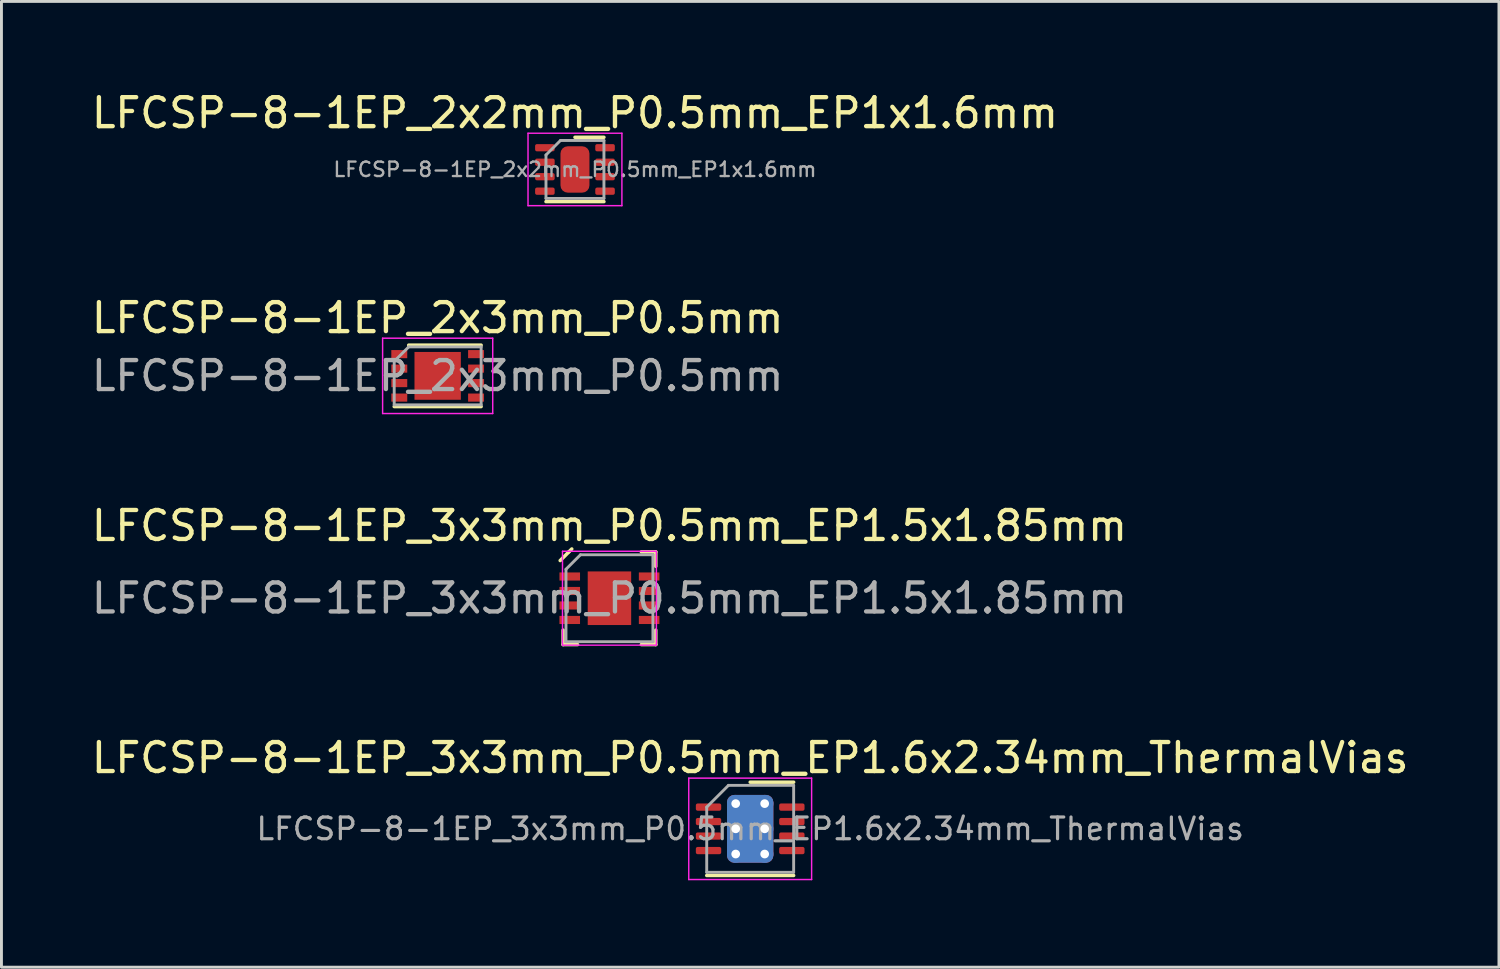
<source format=kicad_pcb>
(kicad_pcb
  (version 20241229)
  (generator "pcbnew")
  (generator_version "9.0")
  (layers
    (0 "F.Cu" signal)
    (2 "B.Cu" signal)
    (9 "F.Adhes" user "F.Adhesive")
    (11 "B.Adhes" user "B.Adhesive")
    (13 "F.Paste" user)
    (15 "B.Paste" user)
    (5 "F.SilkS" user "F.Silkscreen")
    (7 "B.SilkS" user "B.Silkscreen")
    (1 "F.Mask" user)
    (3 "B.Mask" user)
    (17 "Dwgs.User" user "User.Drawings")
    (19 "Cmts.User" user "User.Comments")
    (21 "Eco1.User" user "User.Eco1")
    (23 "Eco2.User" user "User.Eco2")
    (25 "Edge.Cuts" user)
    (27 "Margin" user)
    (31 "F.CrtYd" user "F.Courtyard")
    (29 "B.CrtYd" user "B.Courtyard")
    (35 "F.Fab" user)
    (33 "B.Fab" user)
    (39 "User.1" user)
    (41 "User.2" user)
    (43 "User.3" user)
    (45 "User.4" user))
  (footprint "LFCSP-8-1EP_2x3mm_P0.5mm"
    (layer "F.Cu")
    (at 12.054 9.921)
    (property "Reference" "LFCSP-8-1EP_2x3mm_P0.5mm" (at 0 -2 0) (layer "F.SilkS") (effects (font (size 1 1) (thickness 0.15))))
    (attr smd)
    (fp_line (start -1 -1.06) (end 1.5 -1.06) (stroke (width 0.12) (type solid)) (layer "F.SilkS"))
    (fp_line (start 1.5 1.06) (end -1.5 1.06) (stroke (width 0.12) (type solid)) (layer "F.SilkS"))
    (fp_line (start -1.9 -1.3) (end 1.9 -1.3) (stroke (width 0.05) (type solid)) (layer "F.CrtYd"))
    (fp_line (start -1.9 1.3) (end -1.9 -1.3) (stroke (width 0.05) (type solid)) (layer "F.CrtYd"))
    (fp_line (start 1.9 -1.3) (end 1.9 1.3) (stroke (width 0.05) (type solid)) (layer "F.CrtYd"))
    (fp_line (start 1.9 1.3) (end -1.9 1.3) (stroke (width 0.05) (type solid)) (layer "F.CrtYd"))
    (fp_line (start -1.5 -0.5) (end -1.5 1) (stroke (width 0.1) (type solid)) (layer "F.Fab"))
    (fp_line (start -1 -1) (end -1.5 -0.5) (stroke (width 0.1) (type solid)) (layer "F.Fab"))
    (fp_line (start -1 -1) (end 1.5 -1) (stroke (width 0.1) (type solid)) (layer "F.Fab"))
    (fp_line (start 1.5 1) (end -1.5 1) (stroke (width 0.1) (type solid)) (layer "F.Fab"))
    (fp_line (start 1.5 1) (end 1.5 -1) (stroke (width 0.1) (type solid)) (layer "F.Fab"))
    (fp_text user "${REFERENCE}" (at 0 0 180) (layer "F.Fab") (effects (font (size 1 1) (thickness 0.15))))
    (pad "1" smd rect (at -1.325 -0.75) (size 0.55 0.28) (layers "F.Cu" "F.Mask" "F.Paste"))
    (pad "2" smd rect (at -1.325 -0.25) (size 0.55 0.28) (layers "F.Cu" "F.Mask" "F.Paste"))
    (pad "3" smd rect (at -1.325 0.25) (size 0.55 0.28) (layers "F.Cu" "F.Mask" "F.Paste"))
    (pad "4" smd rect (at -1.325 0.75) (size 0.55 0.28) (layers "F.Cu" "F.Mask" "F.Paste"))
    (pad "5" smd rect (at 1.325 0.75) (size 0.55 0.28) (layers "F.Cu" "F.Mask" "F.Paste"))
    (pad "6" smd rect (at 1.325 0.25) (size 0.55 0.28) (layers "F.Cu" "F.Mask" "F.Paste"))
    (pad "7" smd rect (at 1.325 -0.25) (size 0.55 0.28) (layers "F.Cu" "F.Mask" "F.Paste"))
    (pad "8" smd rect (at 1.325 -0.75) (size 0.55 0.28) (layers "F.Cu" "F.Mask" "F.Paste"))
    (pad "9" smd rect (at 0 0) (size 1.6 1.65) (layers "F.Cu" "F.Mask" "F.Paste")))
  (footprint "LFCSP-8-1EP_3x3mm_P0.5mm_EP1.5x1.85mm"
    (layer "F.Cu")
    (at 17.982 17.595)
    (property "Reference" "LFCSP-8-1EP_3x3mm_P0.5mm_EP1.5x1.85mm" (at 0 -2.5 0) (layer "F.SilkS") (effects (font (size 1 1) (thickness 0.15))))
    (attr smd)
    (fp_line (start -1.7 -1.3) (end -1.4 -1.6) (stroke (width 0.12) (type solid)) (layer "F.SilkS"))
    (fp_line (start -1.6 1.6) (end -1.6 1.1) (stroke (width 0.12) (type solid)) (layer "F.SilkS"))
    (fp_line (start -1.6 1.6) (end -1.1 1.6) (stroke (width 0.12) (type solid)) (layer "F.SilkS"))
    (fp_line (start -1.4 -1.6) (end -1.3 -1.7) (stroke (width 0.12) (type solid)) (layer "F.SilkS"))
    (fp_line (start 1.1 -1.6) (end 1.6 -1.6) (stroke (width 0.12) (type solid)) (layer "F.SilkS"))
    (fp_line (start 1.6 -1.6) (end 1.6 -1.1) (stroke (width 0.12) (type solid)) (layer "F.SilkS"))
    (fp_line (start 1.6 1.6) (end 1.1 1.6) (stroke (width 0.12) (type solid)) (layer "F.SilkS"))
    (fp_line (start 1.6 1.6) (end 1.6 1.1) (stroke (width 0.12) (type solid)) (layer "F.SilkS"))
    (fp_line (start -1.62 -1.62) (end 1.62 -1.62) (stroke (width 0.05) (type solid)) (layer "F.CrtYd"))
    (fp_line (start -1.62 1.62) (end -1.62 -1.62) (stroke (width 0.05) (type solid)) (layer "F.CrtYd"))
    (fp_line (start 1.62 -1.62) (end 1.62 1.62) (stroke (width 0.05) (type solid)) (layer "F.CrtYd"))
    (fp_line (start 1.62 1.62) (end -1.62 1.62) (stroke (width 0.05) (type solid)) (layer "F.CrtYd"))
    (fp_line (start -1.5 -1) (end -1.5 1.5) (stroke (width 0.1) (type solid)) (layer "F.Fab"))
    (fp_line (start -1 -1.5) (end -1.5 -1) (stroke (width 0.1) (type solid)) (layer "F.Fab"))
    (fp_line (start -1 -1.5) (end 1.5 -1.5) (stroke (width 0.1) (type solid)) (layer "F.Fab"))
    (fp_line (start 1.5 1.5) (end -1.5 1.5) (stroke (width 0.1) (type solid)) (layer "F.Fab"))
    (fp_line (start 1.5 1.5) (end 1.5 -1.5) (stroke (width 0.1) (type solid)) (layer "F.Fab"))
    (fp_text user "${REFERENCE}" (at 0 0 180) (layer "F.Fab") (effects (font (size 1 1) (thickness 0.15))))
    (pad "" smd rect (at 0 0) (size 1.2 1.55) (layers "F.Paste"))
    (pad "1" smd rect (at -1.37 -0.75) (size 0.71 0.28) (layers "F.Cu" "F.Mask" "F.Paste"))
    (pad "2" smd rect (at -1.37 -0.25) (size 0.71 0.28) (layers "F.Cu" "F.Mask" "F.Paste"))
    (pad "3" smd rect (at -1.37 0.25) (size 0.71 0.28) (layers "F.Cu" "F.Mask" "F.Paste"))
    (pad "4" smd rect (at -1.37 0.75) (size 0.71 0.28) (layers "F.Cu" "F.Mask" "F.Paste"))
    (pad "5" smd rect (at 1.37 0.75) (size 0.71 0.28) (layers "F.Cu" "F.Mask" "F.Paste"))
    (pad "6" smd rect (at 1.37 0.25) (size 0.71 0.28) (layers "F.Cu" "F.Mask" "F.Paste"))
    (pad "7" smd rect (at 1.37 -0.25) (size 0.71 0.28) (layers "F.Cu" "F.Mask" "F.Paste"))
    (pad "8" smd rect (at 1.37 -0.75) (size 0.71 0.28) (layers "F.Cu" "F.Mask" "F.Paste"))
    (pad "9" smd rect (at 0 0) (size 1.5 1.85) (layers "F.Cu" "F.Mask")))
  (footprint "LFCSP-8-1EP_3x3mm_P0.5mm_EP1.6x2.34mm_ThermalVias"
    (layer "F.Cu")
    (at 22.839 25.553)
    (property "Reference" "LFCSP-8-1EP_3x3mm_P0.5mm_EP1.6x2.34mm_ThermalVias" (at 0 -2.45 0) (layer "F.SilkS") (effects (font (size 1 1) (thickness 0.15))))
    (attr smd)
    (fp_line (start -1.5 1.61) (end 1.5 1.61) (stroke (width 0.12) (type solid)) (layer "F.SilkS"))
    (fp_line (start 0 -1.61) (end 1.5 -1.61) (stroke (width 0.12) (type solid)) (layer "F.SilkS"))
    (fp_line (start -2.12 -1.75) (end -2.12 1.75) (stroke (width 0.05) (type solid)) (layer "F.CrtYd"))
    (fp_line (start -2.12 1.75) (end 2.12 1.75) (stroke (width 0.05) (type solid)) (layer "F.CrtYd"))
    (fp_line (start 2.12 -1.75) (end -2.12 -1.75) (stroke (width 0.05) (type solid)) (layer "F.CrtYd"))
    (fp_line (start 2.12 1.75) (end 2.12 -1.75) (stroke (width 0.05) (type solid)) (layer "F.CrtYd"))
    (fp_line (start -1.5 -0.75) (end -0.75 -1.5) (stroke (width 0.1) (type solid)) (layer "F.Fab"))
    (fp_line (start -1.5 1.5) (end -1.5 -0.75) (stroke (width 0.1) (type solid)) (layer "F.Fab"))
    (fp_line (start -0.75 -1.5) (end 1.5 -1.5) (stroke (width 0.1) (type solid)) (layer "F.Fab"))
    (fp_line (start 1.5 -1.5) (end 1.5 1.5) (stroke (width 0.1) (type solid)) (layer "F.Fab"))
    (fp_line (start 1.5 1.5) (end -1.5 1.5) (stroke (width 0.1) (type solid)) (layer "F.Fab"))
    (fp_text user "${REFERENCE}" (at 0 0 0) (layer "F.Fab") (effects (font (size 0.75 0.75) (thickness 0.11))))
    (pad "" smd roundrect (at -0.4 -0.585) (size 0.69 1.01) (layers "F.Paste") (roundrect_rratio 0.25))
    (pad "" smd roundrect (at -0.4 0.585) (size 0.69 1.01) (layers "F.Paste") (roundrect_rratio 0.25))
    (pad "" smd roundrect (at 0.4 -0.585) (size 0.69 1.01) (layers "F.Paste") (roundrect_rratio 0.25))
    (pad "" smd roundrect (at 0.4 0.585) (size 0.69 1.01) (layers "F.Paste") (roundrect_rratio 0.25))
    (pad "1" smd roundrect (at -1.438 -0.75) (size 0.875 0.25) (layers "F.Cu" "F.Mask" "F.Paste") (roundrect_rratio 0.25))
    (pad "2" smd roundrect (at -1.438 -0.25) (size 0.875 0.25) (layers "F.Cu" "F.Mask" "F.Paste") (roundrect_rratio 0.25))
    (pad "3" smd roundrect (at -1.438 0.25) (size 0.875 0.25) (layers "F.Cu" "F.Mask" "F.Paste") (roundrect_rratio 0.25))
    (pad "4" smd roundrect (at -1.438 0.75) (size 0.875 0.25) (layers "F.Cu" "F.Mask" "F.Paste") (roundrect_rratio 0.25))
    (pad "5" smd roundrect (at 1.438 0.75) (size 0.875 0.25) (layers "F.Cu" "F.Mask" "F.Paste") (roundrect_rratio 0.25))
    (pad "6" smd roundrect (at 1.438 0.25) (size 0.875 0.25) (layers "F.Cu" "F.Mask" "F.Paste") (roundrect_rratio 0.25))
    (pad "7" smd roundrect (at 1.438 -0.25) (size 0.875 0.25) (layers "F.Cu" "F.Mask" "F.Paste") (roundrect_rratio 0.25))
    (pad "8" smd roundrect (at 1.438 -0.75) (size 0.875 0.25) (layers "F.Cu" "F.Mask" "F.Paste") (roundrect_rratio 0.25))
    (pad "9" thru_hole circle (at -0.5 -0.87) (size 0.6 0.6) (drill 0.3) (layers "*.Cu"))
    (pad "9" thru_hole circle (at -0.5 0) (size 0.6 0.6) (drill 0.3) (layers "*.Cu"))
    (pad "9" thru_hole circle (at -0.5 0.87) (size 0.6 0.6) (drill 0.3) (layers "*.Cu"))
    (pad "9" smd roundrect (at 0 0) (size 1.6 2.34) (layers "F.Cu" "F.Mask") (roundrect_rratio 0.156))
    (pad "9" smd roundrect (at 0 0) (size 1.6 2.34) (layers "B.Cu") (roundrect_rratio 0.156))
    (pad "9" thru_hole circle (at 0.5 -0.87) (size 0.6 0.6) (drill 0.3) (layers "*.Cu"))
    (pad "9" thru_hole circle (at 0.5 0) (size 0.6 0.6) (drill 0.3) (layers "*.Cu"))
    (pad "9" thru_hole circle (at 0.5 0.87) (size 0.6 0.6) (drill 0.3) (layers "*.Cu")))
  (footprint "LFCSP-8-1EP_2x2mm_P0.5mm_EP1x1.6mm"
    (layer "F.Cu")
    (at 16.792 2.798)
    (property "Reference" "LFCSP-8-1EP_2x2mm_P0.5mm_EP1x1.6mm" (at 0 -1.95 0) (layer "F.SilkS") (effects (font (size 1 1) (thickness 0.15))))
    (attr smd)
    (fp_line (start -1 1.11) (end 1 1.11) (stroke (width 0.12) (type solid)) (layer "F.SilkS"))
    (fp_line (start 0 -1.11) (end 1 -1.11) (stroke (width 0.12) (type solid)) (layer "F.SilkS"))
    (fp_line (start -1.62 -1.25) (end -1.62 1.25) (stroke (width 0.05) (type solid)) (layer "F.CrtYd"))
    (fp_line (start -1.62 1.25) (end 1.62 1.25) (stroke (width 0.05) (type solid)) (layer "F.CrtYd"))
    (fp_line (start 1.62 -1.25) (end -1.62 -1.25) (stroke (width 0.05) (type solid)) (layer "F.CrtYd"))
    (fp_line (start 1.62 1.25) (end 1.62 -1.25) (stroke (width 0.05) (type solid)) (layer "F.CrtYd"))
    (fp_line (start -1 -0.5) (end -0.5 -1) (stroke (width 0.1) (type solid)) (layer "F.Fab"))
    (fp_line (start -1 1) (end -1 -0.5) (stroke (width 0.1) (type solid)) (layer "F.Fab"))
    (fp_line (start -0.5 -1) (end 1 -1) (stroke (width 0.1) (type solid)) (layer "F.Fab"))
    (fp_line (start 1 -1) (end 1 1) (stroke (width 0.1) (type solid)) (layer "F.Fab"))
    (fp_line (start 1 1) (end -1 1) (stroke (width 0.1) (type solid)) (layer "F.Fab"))
    (fp_text user "${REFERENCE}" (at 0 0 0) (layer "F.Fab") (effects (font (size 0.5 0.5) (thickness 0.08))))
    (pad "" smd roundrect (at -0.25 -0.4) (size 0.4 0.64) (layers "F.Paste") (roundrect_rratio 0.25))
    (pad "" smd roundrect (at -0.25 0.4) (size 0.4 0.64) (layers "F.Paste") (roundrect_rratio 0.25))
    (pad "" smd roundrect (at 0.25 -0.4) (size 0.4 0.64) (layers "F.Paste") (roundrect_rratio 0.25))
    (pad "" smd roundrect (at 0.25 0.4) (size 0.4 0.64) (layers "F.Paste") (roundrect_rratio 0.25))
    (pad "1" smd roundrect (at -1.038 -0.75) (size 0.675 0.25) (layers "F.Cu" "F.Mask" "F.Paste") (roundrect_rratio 0.25))
    (pad "2" smd roundrect (at -1.038 -0.25) (size 0.675 0.25) (layers "F.Cu" "F.Mask" "F.Paste") (roundrect_rratio 0.25))
    (pad "3" smd roundrect (at -1.038 0.25) (size 0.675 0.25) (layers "F.Cu" "F.Mask" "F.Paste") (roundrect_rratio 0.25))
    (pad "4" smd roundrect (at -1.038 0.75) (size 0.675 0.25) (layers "F.Cu" "F.Mask" "F.Paste") (roundrect_rratio 0.25))
    (pad "5" smd roundrect (at 1.038 0.75) (size 0.675 0.25) (layers "F.Cu" "F.Mask" "F.Paste") (roundrect_rratio 0.25))
    (pad "6" smd roundrect (at 1.038 0.25) (size 0.675 0.25) (layers "F.Cu" "F.Mask" "F.Paste") (roundrect_rratio 0.25))
    (pad "7" smd roundrect (at 1.038 -0.25) (size 0.675 0.25) (layers "F.Cu" "F.Mask" "F.Paste") (roundrect_rratio 0.25))
    (pad "8" smd roundrect (at 1.038 -0.75) (size 0.675 0.25) (layers "F.Cu" "F.Mask" "F.Paste") (roundrect_rratio 0.25))
    (pad "9" smd roundrect (at 0 0) (size 1 1.6) (layers "F.Cu" "F.Mask") (roundrect_rratio 0.25)))
  (gr_rect
    (start -3 -3)
    (end 48.679 30.328)
    (stroke (width 0.1) (type default))
    (fill no)
    (layer "Edge.Cuts")))
</source>
